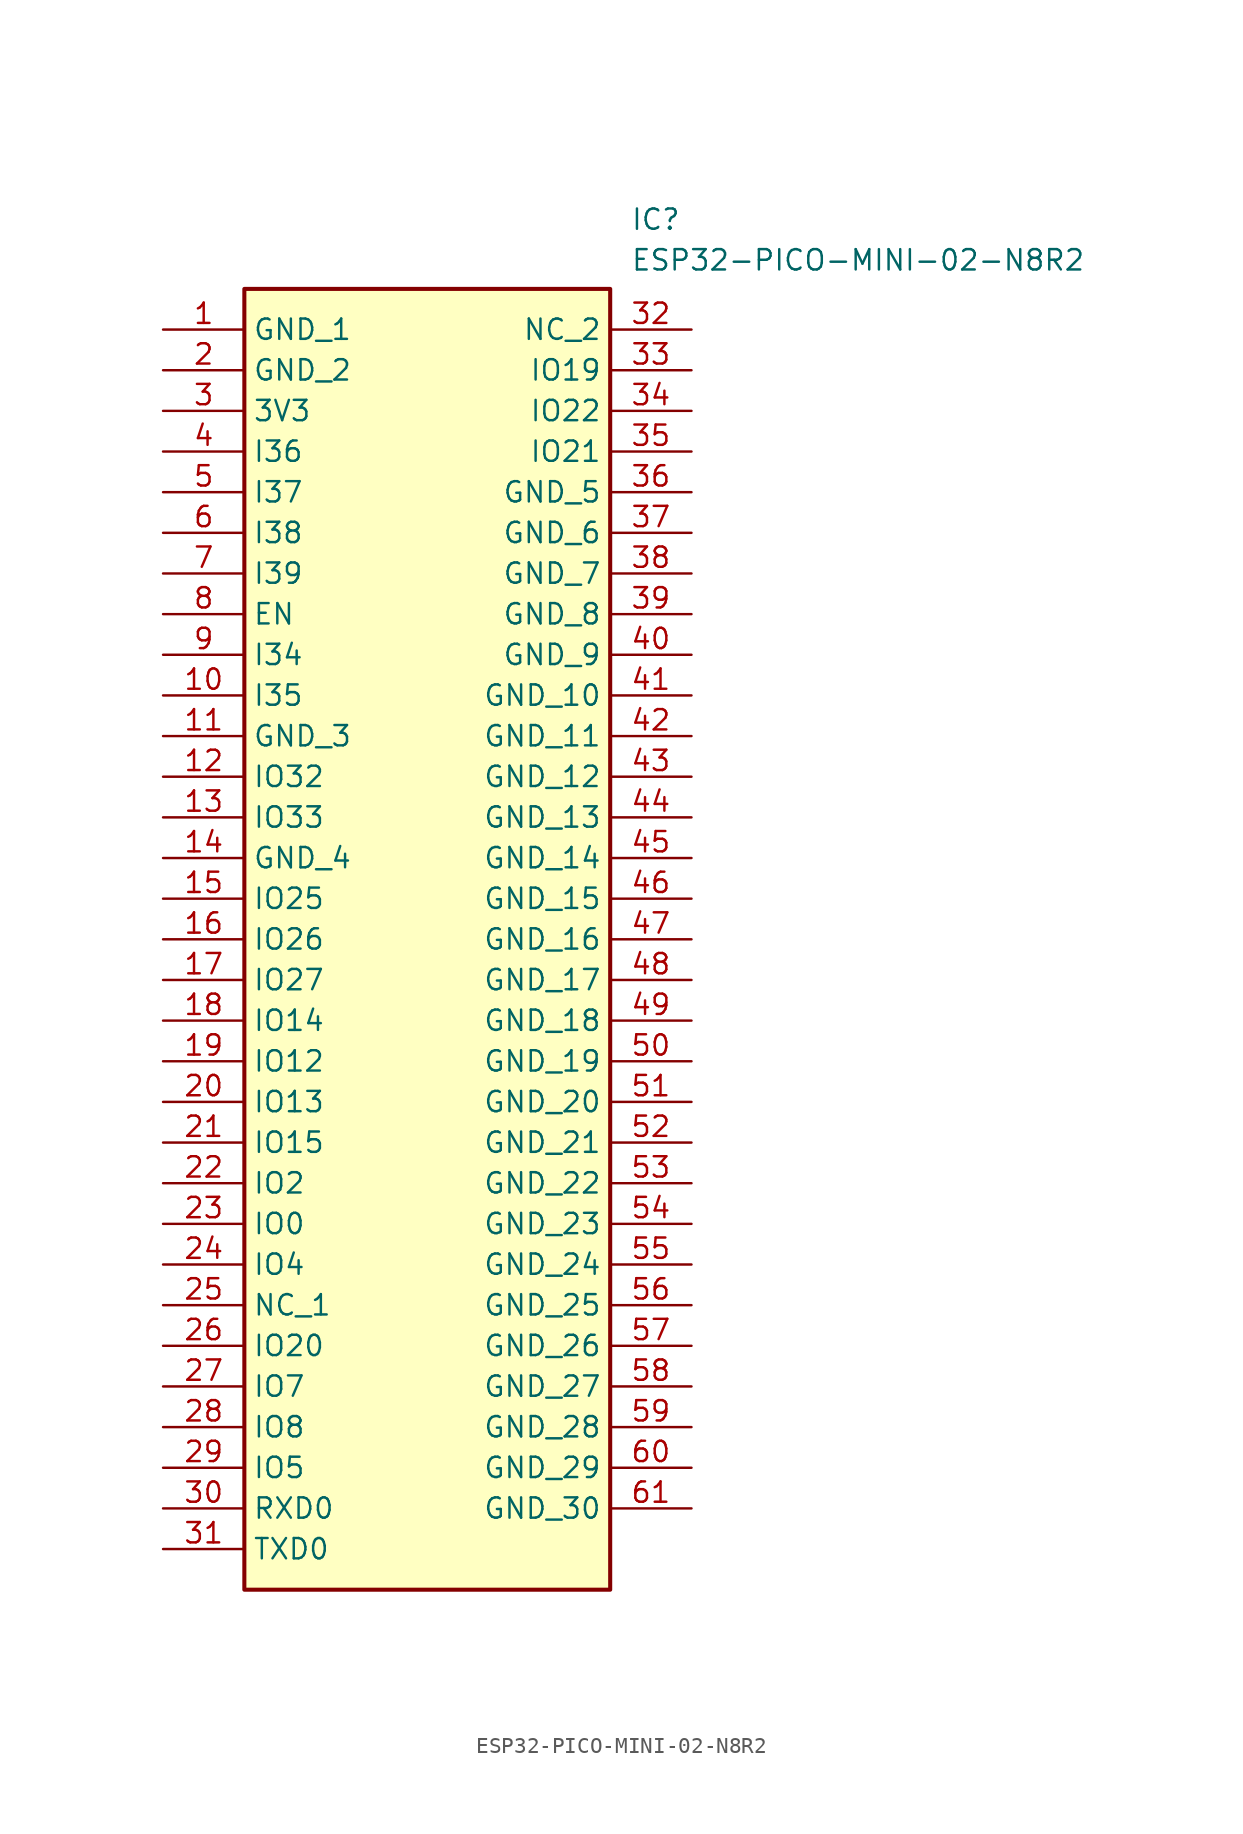
<source format=kicad_sym>
(kicad_symbol_lib
  (version 20211014)
  (generator SamacSys_ECAD_Model)
  (symbol "ESP32-PICO-MINI-02-N8R2"
    (property "Reference" "IC"
      (at 29.21 7.62 0)
      (effects (font (size 1.27 1.27)) (justify left top)))
    (property "Value" "ESP32-PICO-MINI-02-N8R2"
      (at 29.21 5.08 0)
      (effects (font (size 1.27 1.27)) (justify left top)))
    (rectangle
      (start 5.08 2.54)
      (end 27.94 -78.74)
      (stroke (width 0.254) (type default))
      (fill (type background)))
    (pin passive line
      (at 0 0 0)
      (length 5.08)
      (name "GND_1" (effects (font (size 1.27 1.27))))
      (number "1" (effects (font (size 1.27 1.27)))))
    (pin passive line
      (at 0 -2.54 0)
      (length 5.08)
      (name "GND_2" (effects (font (size 1.27 1.27))))
      (number "2" (effects (font (size 1.27 1.27)))))
    (pin passive line
      (at 0 -5.08 0)
      (length 5.08)
      (name "3V3" (effects (font (size 1.27 1.27))))
      (number "3" (effects (font (size 1.27 1.27)))))
    (pin passive line
      (at 0 -7.62 0)
      (length 5.08)
      (name "I36" (effects (font (size 1.27 1.27))))
      (number "4" (effects (font (size 1.27 1.27)))))
    (pin passive line
      (at 0 -10.16 0)
      (length 5.08)
      (name "I37" (effects (font (size 1.27 1.27))))
      (number "5" (effects (font (size 1.27 1.27)))))
    (pin passive line
      (at 0 -12.7 0)
      (length 5.08)
      (name "I38" (effects (font (size 1.27 1.27))))
      (number "6" (effects (font (size 1.27 1.27)))))
    (pin passive line
      (at 0 -15.24 0)
      (length 5.08)
      (name "I39" (effects (font (size 1.27 1.27))))
      (number "7" (effects (font (size 1.27 1.27)))))
    (pin passive line
      (at 0 -17.78 0)
      (length 5.08)
      (name "EN" (effects (font (size 1.27 1.27))))
      (number "8" (effects (font (size 1.27 1.27)))))
    (pin passive line
      (at 0 -20.32 0)
      (length 5.08)
      (name "I34" (effects (font (size 1.27 1.27))))
      (number "9" (effects (font (size 1.27 1.27)))))
    (pin passive line
      (at 0 -22.86 0)
      (length 5.08)
      (name "I35" (effects (font (size 1.27 1.27))))
      (number "10" (effects (font (size 1.27 1.27)))))
    (pin passive line
      (at 0 -25.4 0)
      (length 5.08)
      (name "GND_3" (effects (font (size 1.27 1.27))))
      (number "11" (effects (font (size 1.27 1.27)))))
    (pin passive line
      (at 0 -27.94 0)
      (length 5.08)
      (name "IO32" (effects (font (size 1.27 1.27))))
      (number "12" (effects (font (size 1.27 1.27)))))
    (pin passive line
      (at 0 -30.48 0)
      (length 5.08)
      (name "IO33" (effects (font (size 1.27 1.27))))
      (number "13" (effects (font (size 1.27 1.27)))))
    (pin passive line
      (at 0 -33.02 0)
      (length 5.08)
      (name "GND_4" (effects (font (size 1.27 1.27))))
      (number "14" (effects (font (size 1.27 1.27)))))
    (pin passive line
      (at 0 -35.56 0)
      (length 5.08)
      (name "IO25" (effects (font (size 1.27 1.27))))
      (number "15" (effects (font (size 1.27 1.27)))))
    (pin passive line
      (at 0 -38.1 0)
      (length 5.08)
      (name "IO26" (effects (font (size 1.27 1.27))))
      (number "16" (effects (font (size 1.27 1.27)))))
    (pin passive line
      (at 0 -40.64 0)
      (length 5.08)
      (name "IO27" (effects (font (size 1.27 1.27))))
      (number "17" (effects (font (size 1.27 1.27)))))
    (pin passive line
      (at 0 -43.18 0)
      (length 5.08)
      (name "IO14" (effects (font (size 1.27 1.27))))
      (number "18" (effects (font (size 1.27 1.27)))))
    (pin passive line
      (at 0 -45.72 0)
      (length 5.08)
      (name "IO12" (effects (font (size 1.27 1.27))))
      (number "19" (effects (font (size 1.27 1.27)))))
    (pin passive line
      (at 0 -48.26 0)
      (length 5.08)
      (name "IO13" (effects (font (size 1.27 1.27))))
      (number "20" (effects (font (size 1.27 1.27)))))
    (pin passive line
      (at 0 -50.8 0)
      (length 5.08)
      (name "IO15" (effects (font (size 1.27 1.27))))
      (number "21" (effects (font (size 1.27 1.27)))))
    (pin passive line
      (at 0 -53.34 0)
      (length 5.08)
      (name "IO2" (effects (font (size 1.27 1.27))))
      (number "22" (effects (font (size 1.27 1.27)))))
    (pin passive line
      (at 0 -55.88 0)
      (length 5.08)
      (name "IO0" (effects (font (size 1.27 1.27))))
      (number "23" (effects (font (size 1.27 1.27)))))
    (pin passive line
      (at 0 -58.42 0)
      (length 5.08)
      (name "IO4" (effects (font (size 1.27 1.27))))
      (number "24" (effects (font (size 1.27 1.27)))))
    (pin passive line
      (at 0 -60.96 0)
      (length 5.08)
      (name "NC_1" (effects (font (size 1.27 1.27))))
      (number "25" (effects (font (size 1.27 1.27)))))
    (pin passive line
      (at 0 -63.5 0)
      (length 5.08)
      (name "IO20" (effects (font (size 1.27 1.27))))
      (number "26" (effects (font (size 1.27 1.27)))))
    (pin passive line
      (at 0 -66.04 0)
      (length 5.08)
      (name "IO7" (effects (font (size 1.27 1.27))))
      (number "27" (effects (font (size 1.27 1.27)))))
    (pin passive line
      (at 0 -68.58 0)
      (length 5.08)
      (name "IO8" (effects (font (size 1.27 1.27))))
      (number "28" (effects (font (size 1.27 1.27)))))
    (pin passive line
      (at 0 -71.12 0)
      (length 5.08)
      (name "IO5" (effects (font (size 1.27 1.27))))
      (number "29" (effects (font (size 1.27 1.27)))))
    (pin passive line
      (at 0 -73.66 0)
      (length 5.08)
      (name "RXD0" (effects (font (size 1.27 1.27))))
      (number "30" (effects (font (size 1.27 1.27)))))
    (pin passive line
      (at 0 -76.2 0)
      (length 5.08)
      (name "TXD0" (effects (font (size 1.27 1.27))))
      (number "31" (effects (font (size 1.27 1.27)))))
    (pin passive line
      (at 33.02 0 180)
      (length 5.08)
      (name "NC_2" (effects (font (size 1.27 1.27))))
      (number "32" (effects (font (size 1.27 1.27)))))
    (pin passive line
      (at 33.02 -2.54 180)
      (length 5.08)
      (name "IO19" (effects (font (size 1.27 1.27))))
      (number "33" (effects (font (size 1.27 1.27)))))
    (pin passive line
      (at 33.02 -5.08 180)
      (length 5.08)
      (name "IO22" (effects (font (size 1.27 1.27))))
      (number "34" (effects (font (size 1.27 1.27)))))
    (pin passive line
      (at 33.02 -7.62 180)
      (length 5.08)
      (name "IO21" (effects (font (size 1.27 1.27))))
      (number "35" (effects (font (size 1.27 1.27)))))
    (pin passive line
      (at 33.02 -10.16 180)
      (length 5.08)
      (name "GND_5" (effects (font (size 1.27 1.27))))
      (number "36" (effects (font (size 1.27 1.27)))))
    (pin passive line
      (at 33.02 -12.7 180)
      (length 5.08)
      (name "GND_6" (effects (font (size 1.27 1.27))))
      (number "37" (effects (font (size 1.27 1.27)))))
    (pin passive line
      (at 33.02 -15.24 180)
      (length 5.08)
      (name "GND_7" (effects (font (size 1.27 1.27))))
      (number "38" (effects (font (size 1.27 1.27)))))
    (pin passive line
      (at 33.02 -17.78 180)
      (length 5.08)
      (name "GND_8" (effects (font (size 1.27 1.27))))
      (number "39" (effects (font (size 1.27 1.27)))))
    (pin passive line
      (at 33.02 -20.32 180)
      (length 5.08)
      (name "GND_9" (effects (font (size 1.27 1.27))))
      (number "40" (effects (font (size 1.27 1.27)))))
    (pin passive line
      (at 33.02 -22.86 180)
      (length 5.08)
      (name "GND_10" (effects (font (size 1.27 1.27))))
      (number "41" (effects (font (size 1.27 1.27)))))
    (pin passive line
      (at 33.02 -25.4 180)
      (length 5.08)
      (name "GND_11" (effects (font (size 1.27 1.27))))
      (number "42" (effects (font (size 1.27 1.27)))))
    (pin passive line
      (at 33.02 -27.94 180)
      (length 5.08)
      (name "GND_12" (effects (font (size 1.27 1.27))))
      (number "43" (effects (font (size 1.27 1.27)))))
    (pin passive line
      (at 33.02 -30.48 180)
      (length 5.08)
      (name "GND_13" (effects (font (size 1.27 1.27))))
      (number "44" (effects (font (size 1.27 1.27)))))
    (pin passive line
      (at 33.02 -33.02 180)
      (length 5.08)
      (name "GND_14" (effects (font (size 1.27 1.27))))
      (number "45" (effects (font (size 1.27 1.27)))))
    (pin passive line
      (at 33.02 -35.56 180)
      (length 5.08)
      (name "GND_15" (effects (font (size 1.27 1.27))))
      (number "46" (effects (font (size 1.27 1.27)))))
    (pin passive line
      (at 33.02 -38.1 180)
      (length 5.08)
      (name "GND_16" (effects (font (size 1.27 1.27))))
      (number "47" (effects (font (size 1.27 1.27)))))
    (pin passive line
      (at 33.02 -40.64 180)
      (length 5.08)
      (name "GND_17" (effects (font (size 1.27 1.27))))
      (number "48" (effects (font (size 1.27 1.27)))))
    (pin passive line
      (at 33.02 -43.18 180)
      (length 5.08)
      (name "GND_18" (effects (font (size 1.27 1.27))))
      (number "49" (effects (font (size 1.27 1.27)))))
    (pin passive line
      (at 33.02 -45.72 180)
      (length 5.08)
      (name "GND_19" (effects (font (size 1.27 1.27))))
      (number "50" (effects (font (size 1.27 1.27)))))
    (pin passive line
      (at 33.02 -48.26 180)
      (length 5.08)
      (name "GND_20" (effects (font (size 1.27 1.27))))
      (number "51" (effects (font (size 1.27 1.27)))))
    (pin passive line
      (at 33.02 -50.8 180)
      (length 5.08)
      (name "GND_21" (effects (font (size 1.27 1.27))))
      (number "52" (effects (font (size 1.27 1.27)))))
    (pin passive line
      (at 33.02 -53.34 180)
      (length 5.08)
      (name "GND_22" (effects (font (size 1.27 1.27))))
      (number "53" (effects (font (size 1.27 1.27)))))
    (pin passive line
      (at 33.02 -55.88 180)
      (length 5.08)
      (name "GND_23" (effects (font (size 1.27 1.27))))
      (number "54" (effects (font (size 1.27 1.27)))))
    (pin passive line
      (at 33.02 -58.42 180)
      (length 5.08)
      (name "GND_24" (effects (font (size 1.27 1.27))))
      (number "55" (effects (font (size 1.27 1.27)))))
    (pin passive line
      (at 33.02 -60.96 180)
      (length 5.08)
      (name "GND_25" (effects (font (size 1.27 1.27))))
      (number "56" (effects (font (size 1.27 1.27)))))
    (pin passive line
      (at 33.02 -63.5 180)
      (length 5.08)
      (name "GND_26" (effects (font (size 1.27 1.27))))
      (number "57" (effects (font (size 1.27 1.27)))))
    (pin passive line
      (at 33.02 -66.04 180)
      (length 5.08)
      (name "GND_27" (effects (font (size 1.27 1.27))))
      (number "58" (effects (font (size 1.27 1.27)))))
    (pin passive line
      (at 33.02 -68.58 180)
      (length 5.08)
      (name "GND_28" (effects (font (size 1.27 1.27))))
      (number "59" (effects (font (size 1.27 1.27)))))
    (pin passive line
      (at 33.02 -71.12 180)
      (length 5.08)
      (name "GND_29" (effects (font (size 1.27 1.27))))
      (number "60" (effects (font (size 1.27 1.27)))))
    (pin passive line
      (at 33.02 -73.66 180)
      (length 5.08)
      (name "GND_30" (effects (font (size 1.27 1.27))))
      (number "61" (effects (font (size 1.27 1.27)))))))
</source>
